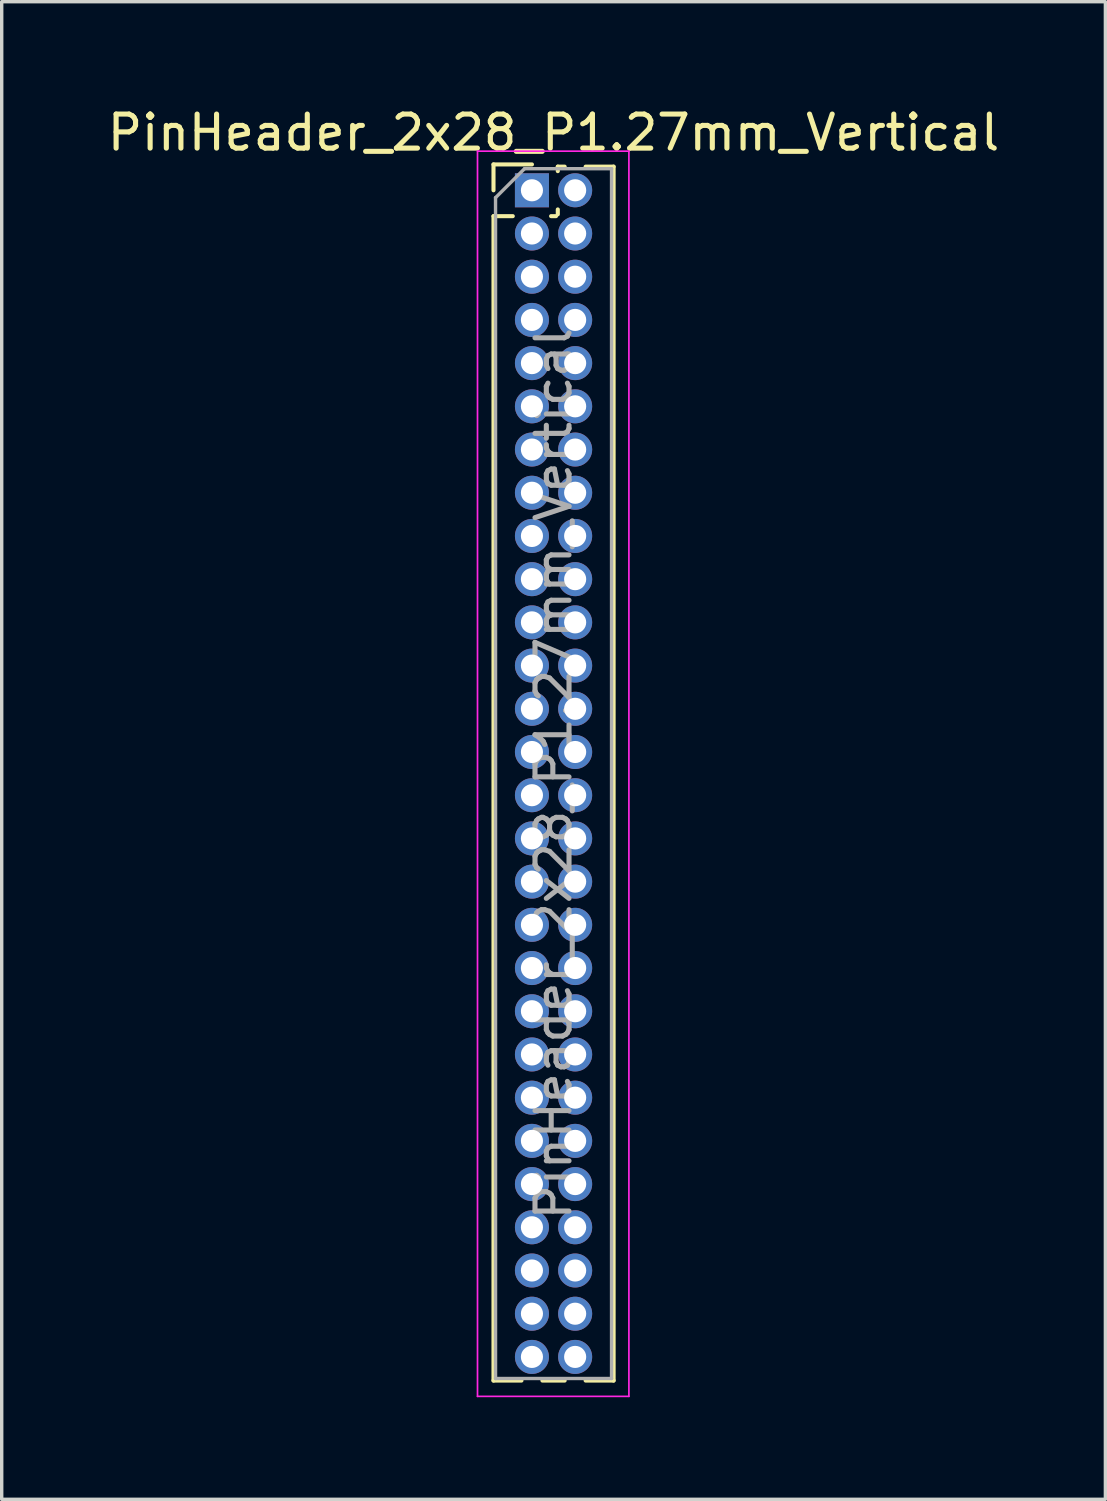
<source format=kicad_pcb>
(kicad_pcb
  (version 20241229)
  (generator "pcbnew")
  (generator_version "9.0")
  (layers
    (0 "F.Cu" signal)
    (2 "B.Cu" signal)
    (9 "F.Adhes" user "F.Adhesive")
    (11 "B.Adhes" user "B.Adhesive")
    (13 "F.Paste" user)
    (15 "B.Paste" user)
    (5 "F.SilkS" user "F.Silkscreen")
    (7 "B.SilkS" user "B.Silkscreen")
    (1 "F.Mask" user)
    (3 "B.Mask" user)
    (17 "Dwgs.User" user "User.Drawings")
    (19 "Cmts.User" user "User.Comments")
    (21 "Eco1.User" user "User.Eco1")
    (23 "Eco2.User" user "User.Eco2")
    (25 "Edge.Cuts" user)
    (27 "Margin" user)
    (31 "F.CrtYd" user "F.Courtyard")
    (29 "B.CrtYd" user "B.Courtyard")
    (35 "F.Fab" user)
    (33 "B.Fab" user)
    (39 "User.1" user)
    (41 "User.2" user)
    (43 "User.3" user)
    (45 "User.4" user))
  (footprint "PinHeader_2x28_P1.27mm_Vertical"
    (layer "F.Cu")
    (at 12.585 2.543)
    (property "Reference" "PinHeader_2x28_P1.27mm_Vertical" (at 0.635 -1.695 0) (layer "F.SilkS") (effects (font (size 1 1) (thickness 0.15))))
    (attr through_hole)
    (fp_line (start -1.13 -0.76) (end 0 -0.76) (stroke (width 0.12) (type solid)) (layer "F.SilkS"))
    (fp_line (start -1.13 0) (end -1.13 -0.76) (stroke (width 0.12) (type solid)) (layer "F.SilkS"))
    (fp_line (start -1.13 0.76) (end -1.13 34.985) (stroke (width 0.12) (type solid)) (layer "F.SilkS"))
    (fp_line (start -1.13 0.76) (end -0.563 0.76) (stroke (width 0.12) (type solid)) (layer "F.SilkS"))
    (fp_line (start -1.13 34.985) (end -0.308 34.985) (stroke (width 0.12) (type solid)) (layer "F.SilkS"))
    (fp_line (start 0.308 34.985) (end 0.962 34.985) (stroke (width 0.12) (type solid)) (layer "F.SilkS"))
    (fp_line (start 0.563 0.76) (end 0.707 0.76) (stroke (width 0.12) (type solid)) (layer "F.SilkS"))
    (fp_line (start 0.76 -0.695) (end 0.962 -0.695) (stroke (width 0.12) (type solid)) (layer "F.SilkS"))
    (fp_line (start 0.76 -0.563) (end 0.76 -0.695) (stroke (width 0.12) (type solid)) (layer "F.SilkS"))
    (fp_line (start 0.76 0.707) (end 0.76 0.563) (stroke (width 0.12) (type solid)) (layer "F.SilkS"))
    (fp_line (start 1.578 -0.695) (end 2.4 -0.695) (stroke (width 0.12) (type solid)) (layer "F.SilkS"))
    (fp_line (start 1.578 34.985) (end 2.4 34.985) (stroke (width 0.12) (type solid)) (layer "F.SilkS"))
    (fp_line (start 2.4 -0.695) (end 2.4 34.985) (stroke (width 0.12) (type solid)) (layer "F.SilkS"))
    (fp_line (start -1.6 -1.15) (end -1.6 35.45) (stroke (width 0.05) (type solid)) (layer "F.CrtYd"))
    (fp_line (start -1.6 35.45) (end 2.85 35.45) (stroke (width 0.05) (type solid)) (layer "F.CrtYd"))
    (fp_line (start 2.85 -1.15) (end -1.6 -1.15) (stroke (width 0.05) (type solid)) (layer "F.CrtYd"))
    (fp_line (start 2.85 35.45) (end 2.85 -1.15) (stroke (width 0.05) (type solid)) (layer "F.CrtYd"))
    (fp_line (start -1.07 0.217) (end -0.217 -0.635) (stroke (width 0.1) (type solid)) (layer "F.Fab"))
    (fp_line (start -1.07 34.925) (end -1.07 0.217) (stroke (width 0.1) (type solid)) (layer "F.Fab"))
    (fp_line (start -0.217 -0.635) (end 2.34 -0.635) (stroke (width 0.1) (type solid)) (layer "F.Fab"))
    (fp_line (start 2.34 -0.635) (end 2.34 34.925) (stroke (width 0.1) (type solid)) (layer "F.Fab"))
    (fp_line (start 2.34 34.925) (end -1.07 34.925) (stroke (width 0.1) (type solid)) (layer "F.Fab"))
    (fp_text user "${REFERENCE}" (at 0.635 17.145 90) (layer "F.Fab") (effects (font (size 1 1) (thickness 0.15))))
    (pad "1" thru_hole rect (at 0 0) (size 1 1) (drill 0.65) (layers "*.Cu" "*.Mask"))
    (pad "2" thru_hole oval (at 1.27 0) (size 1 1) (drill 0.65) (layers "*.Cu" "*.Mask"))
    (pad "3" thru_hole oval (at 0 1.27) (size 1 1) (drill 0.65) (layers "*.Cu" "*.Mask"))
    (pad "4" thru_hole oval (at 1.27 1.27) (size 1 1) (drill 0.65) (layers "*.Cu" "*.Mask"))
    (pad "5" thru_hole oval (at 0 2.54) (size 1 1) (drill 0.65) (layers "*.Cu" "*.Mask"))
    (pad "6" thru_hole oval (at 1.27 2.54) (size 1 1) (drill 0.65) (layers "*.Cu" "*.Mask"))
    (pad "7" thru_hole oval (at 0 3.81) (size 1 1) (drill 0.65) (layers "*.Cu" "*.Mask"))
    (pad "8" thru_hole oval (at 1.27 3.81) (size 1 1) (drill 0.65) (layers "*.Cu" "*.Mask"))
    (pad "9" thru_hole oval (at 0 5.08) (size 1 1) (drill 0.65) (layers "*.Cu" "*.Mask"))
    (pad "10" thru_hole oval (at 1.27 5.08) (size 1 1) (drill 0.65) (layers "*.Cu" "*.Mask"))
    (pad "11" thru_hole oval (at 0 6.35) (size 1 1) (drill 0.65) (layers "*.Cu" "*.Mask"))
    (pad "12" thru_hole oval (at 1.27 6.35) (size 1 1) (drill 0.65) (layers "*.Cu" "*.Mask"))
    (pad "13" thru_hole oval (at 0 7.62) (size 1 1) (drill 0.65) (layers "*.Cu" "*.Mask"))
    (pad "14" thru_hole oval (at 1.27 7.62) (size 1 1) (drill 0.65) (layers "*.Cu" "*.Mask"))
    (pad "15" thru_hole oval (at 0 8.89) (size 1 1) (drill 0.65) (layers "*.Cu" "*.Mask"))
    (pad "16" thru_hole oval (at 1.27 8.89) (size 1 1) (drill 0.65) (layers "*.Cu" "*.Mask"))
    (pad "17" thru_hole oval (at 0 10.16) (size 1 1) (drill 0.65) (layers "*.Cu" "*.Mask"))
    (pad "18" thru_hole oval (at 1.27 10.16) (size 1 1) (drill 0.65) (layers "*.Cu" "*.Mask"))
    (pad "19" thru_hole oval (at 0 11.43) (size 1 1) (drill 0.65) (layers "*.Cu" "*.Mask"))
    (pad "20" thru_hole oval (at 1.27 11.43) (size 1 1) (drill 0.65) (layers "*.Cu" "*.Mask"))
    (pad "21" thru_hole oval (at 0 12.7) (size 1 1) (drill 0.65) (layers "*.Cu" "*.Mask"))
    (pad "22" thru_hole oval (at 1.27 12.7) (size 1 1) (drill 0.65) (layers "*.Cu" "*.Mask"))
    (pad "23" thru_hole oval (at 0 13.97) (size 1 1) (drill 0.65) (layers "*.Cu" "*.Mask"))
    (pad "24" thru_hole oval (at 1.27 13.97) (size 1 1) (drill 0.65) (layers "*.Cu" "*.Mask"))
    (pad "25" thru_hole oval (at 0 15.24) (size 1 1) (drill 0.65) (layers "*.Cu" "*.Mask"))
    (pad "26" thru_hole oval (at 1.27 15.24) (size 1 1) (drill 0.65) (layers "*.Cu" "*.Mask"))
    (pad "27" thru_hole oval (at 0 16.51) (size 1 1) (drill 0.65) (layers "*.Cu" "*.Mask"))
    (pad "28" thru_hole oval (at 1.27 16.51) (size 1 1) (drill 0.65) (layers "*.Cu" "*.Mask"))
    (pad "29" thru_hole oval (at 0 17.78) (size 1 1) (drill 0.65) (layers "*.Cu" "*.Mask"))
    (pad "30" thru_hole oval (at 1.27 17.78) (size 1 1) (drill 0.65) (layers "*.Cu" "*.Mask"))
    (pad "31" thru_hole oval (at 0 19.05) (size 1 1) (drill 0.65) (layers "*.Cu" "*.Mask"))
    (pad "32" thru_hole oval (at 1.27 19.05) (size 1 1) (drill 0.65) (layers "*.Cu" "*.Mask"))
    (pad "33" thru_hole oval (at 0 20.32) (size 1 1) (drill 0.65) (layers "*.Cu" "*.Mask"))
    (pad "34" thru_hole oval (at 1.27 20.32) (size 1 1) (drill 0.65) (layers "*.Cu" "*.Mask"))
    (pad "35" thru_hole oval (at 0 21.59) (size 1 1) (drill 0.65) (layers "*.Cu" "*.Mask"))
    (pad "36" thru_hole oval (at 1.27 21.59) (size 1 1) (drill 0.65) (layers "*.Cu" "*.Mask"))
    (pad "37" thru_hole oval (at 0 22.86) (size 1 1) (drill 0.65) (layers "*.Cu" "*.Mask"))
    (pad "38" thru_hole oval (at 1.27 22.86) (size 1 1) (drill 0.65) (layers "*.Cu" "*.Mask"))
    (pad "39" thru_hole oval (at 0 24.13) (size 1 1) (drill 0.65) (layers "*.Cu" "*.Mask"))
    (pad "40" thru_hole oval (at 1.27 24.13) (size 1 1) (drill 0.65) (layers "*.Cu" "*.Mask"))
    (pad "41" thru_hole oval (at 0 25.4) (size 1 1) (drill 0.65) (layers "*.Cu" "*.Mask"))
    (pad "42" thru_hole oval (at 1.27 25.4) (size 1 1) (drill 0.65) (layers "*.Cu" "*.Mask"))
    (pad "43" thru_hole oval (at 0 26.67) (size 1 1) (drill 0.65) (layers "*.Cu" "*.Mask"))
    (pad "44" thru_hole oval (at 1.27 26.67) (size 1 1) (drill 0.65) (layers "*.Cu" "*.Mask"))
    (pad "45" thru_hole oval (at 0 27.94) (size 1 1) (drill 0.65) (layers "*.Cu" "*.Mask"))
    (pad "46" thru_hole oval (at 1.27 27.94) (size 1 1) (drill 0.65) (layers "*.Cu" "*.Mask"))
    (pad "47" thru_hole oval (at 0 29.21) (size 1 1) (drill 0.65) (layers "*.Cu" "*.Mask"))
    (pad "48" thru_hole oval (at 1.27 29.21) (size 1 1) (drill 0.65) (layers "*.Cu" "*.Mask"))
    (pad "49" thru_hole oval (at 0 30.48) (size 1 1) (drill 0.65) (layers "*.Cu" "*.Mask"))
    (pad "50" thru_hole oval (at 1.27 30.48) (size 1 1) (drill 0.65) (layers "*.Cu" "*.Mask"))
    (pad "51" thru_hole oval (at 0 31.75) (size 1 1) (drill 0.65) (layers "*.Cu" "*.Mask"))
    (pad "52" thru_hole oval (at 1.27 31.75) (size 1 1) (drill 0.65) (layers "*.Cu" "*.Mask"))
    (pad "53" thru_hole oval (at 0 33.02) (size 1 1) (drill 0.65) (layers "*.Cu" "*.Mask"))
    (pad "54" thru_hole oval (at 1.27 33.02) (size 1 1) (drill 0.65) (layers "*.Cu" "*.Mask"))
    (pad "55" thru_hole oval (at 0 34.29) (size 1 1) (drill 0.65) (layers "*.Cu" "*.Mask"))
    (pad "56" thru_hole oval (at 1.27 34.29) (size 1 1) (drill 0.65) (layers "*.Cu" "*.Mask")))
  (gr_rect
    (start -3 -3)
    (end 29.44 41.018)
    (stroke (width 0.1) (type default))
    (fill no)
    (layer "Edge.Cuts")))
</source>
